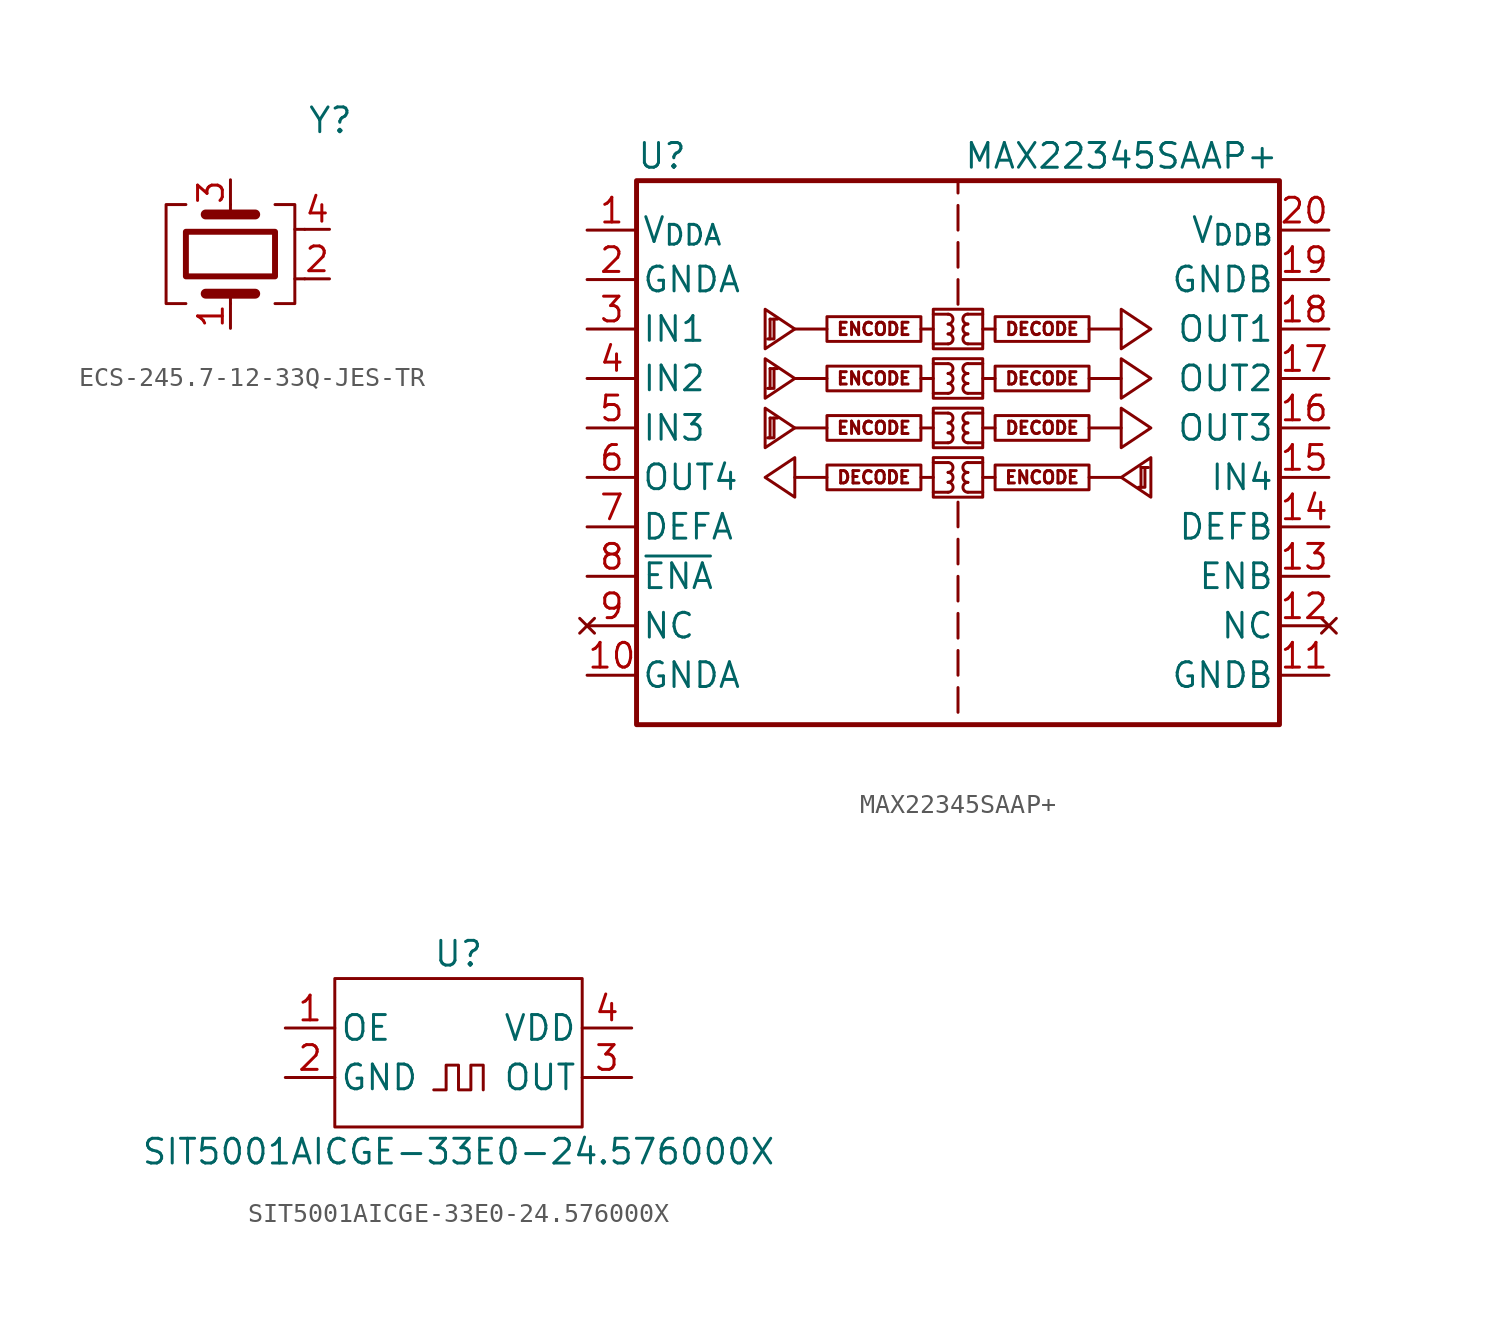
<source format=kicad_sym>
(kicad_symbol_lib
  (version 20211014)
  (generator kicad_symbol_editor)
  (symbol "ECS-245.7-12-33Q-JES-TR"
    (pin_names
      (offset 1.016) hide)
    (property "Reference" "Y"
      (at 3.937 6.858 0)
      (effects (font (size 1.27 1.27)) (justify left)))
    (symbol "ECS-245.7-12-33Q-JES-TR_0_1"
      (rectangle (start -2.286 1.143) (end 2.286 -1.143) (stroke (width 0.305) (type default) (color 0 0 0 0)) (fill (type none)))
      (polyline (pts (xy -1.27 -2.032) (xy 1.27 -2.032)) (stroke (width 0.508) (type default) (color 0 0 0 0)) (fill (type none)))
      (polyline (pts (xy -1.27 2.032) (xy 1.27 2.032)) (stroke (width 0.508) (type default) (color 0 0 0 0)) (fill (type none)))
      (polyline (pts (xy 0 -2.032) (xy 0 -2.54)) (stroke (width 0) (type default) (color 0 0 0 0)) (fill (type none)))
      (polyline (pts (xy 0 2.54) (xy 0 2.032)) (stroke (width 0) (type default) (color 0 0 0 0)) (fill (type none)))
      (polyline (pts (xy 3.81 -1.27) (xy 3.302 -1.27)) (stroke (width 0) (type default) (color 0 0 0 0)) (fill (type none)))
      (polyline (pts (xy 3.81 1.27) (xy 3.302 1.27)) (stroke (width 0) (type default) (color 0 0 0 0)) (fill (type none)))
      (polyline (pts (xy -2.286 2.54) (xy -3.302 2.54) (xy -3.302 -2.54) (xy -2.286 -2.54)) (stroke (width 0) (type default) (color 0 0 0 0)) (fill (type none)))
      (polyline (pts (xy 2.286 2.54) (xy 3.302 2.54) (xy 3.302 -2.54) (xy 2.286 -2.54)) (stroke (width 0) (type default) (color 0 0 0 0)) (fill (type none))))
    (symbol "ECS-245.7-12-33Q-JES-TR_1_1"
      (pin passive line (at 0 -3.81 90) (length 1.27) (name "1" (effects (font (size 1.27 1.27)))) (number "1" (effects (font (size 1.27 1.27)))))
      (pin passive line (at 5.08 -1.27 180) (length 1.27) (name "2" (effects (font (size 1.27 1.27)))) (number "2" (effects (font (size 1.27 1.27)))))
      (pin passive line (at 0 3.81 270) (length 1.27) (name "3" (effects (font (size 1.27 1.27)))) (number "3" (effects (font (size 1.27 1.27)))))
      (pin passive line (at 5.08 1.27 180) (length 1.27) (name "4" (effects (font (size 1.27 1.27)))) (number "4" (effects (font (size 1.27 1.27)))))))
  (symbol "MAX22345SAAP+"
    (pin_names
      (offset 0.254))
    (property "Reference" "U"
      (at 0 1.27 0)
      (effects (font (size 1.27 1.27)) (justify left)))
    (property "Value" "MAX22345SAAP+"
      (at 33.02 1.27 0)
      (effects (font (size 1.27 1.27)) (justify right)))
    (symbol "MAX22345SAAP+_1_0"
      (polyline (pts (xy 9.779 -15.24) (xy 8.128 -15.24)) (stroke (width 0) (type default) (color 0 0 0 0)) (fill (type none)))
      (polyline (pts (xy 9.779 -12.7) (xy 8.128 -12.7)) (stroke (width 0) (type default) (color 0 0 0 0)) (fill (type none)))
      (polyline (pts (xy 9.779 -10.16) (xy 8.128 -10.16)) (stroke (width 0) (type default) (color 0 0 0 0)) (fill (type none)))
      (polyline (pts (xy 9.779 -7.62) (xy 8.128 -7.62)) (stroke (width 0) (type default) (color 0 0 0 0)) (fill (type none)))
      (polyline (pts (xy 14.605 -15.24) (xy 15.24 -15.24)) (stroke (width 0) (type default) (color 0 0 0 0)) (fill (type none)))
      (polyline (pts (xy 14.605 -12.7) (xy 15.24 -12.7)) (stroke (width 0) (type default) (color 0 0 0 0)) (fill (type none)))
      (polyline (pts (xy 14.605 -10.16) (xy 15.24 -10.16)) (stroke (width 0) (type default) (color 0 0 0 0)) (fill (type none)))
      (polyline (pts (xy 14.605 -7.62) (xy 15.24 -7.62)) (stroke (width 0) (type default) (color 0 0 0 0)) (fill (type none)))
      (polyline (pts (xy 15.24 -16.002) (xy 16.002 -16.002)) (stroke (width 0) (type default) (color 0 0 0 0)) (fill (type none)))
      (polyline (pts (xy 15.24 -14.478) (xy 16.002 -14.478)) (stroke (width 0) (type default) (color 0 0 0 0)) (fill (type none)))
      (polyline (pts (xy 15.24 -13.462) (xy 16.002 -13.462)) (stroke (width 0) (type default) (color 0 0 0 0)) (fill (type none)))
      (polyline (pts (xy 15.24 -11.938) (xy 16.002 -11.938)) (stroke (width 0) (type default) (color 0 0 0 0)) (fill (type none)))
      (polyline (pts (xy 15.24 -10.922) (xy 16.002 -10.922)) (stroke (width 0) (type default) (color 0 0 0 0)) (fill (type none)))
      (polyline (pts (xy 15.24 -9.398) (xy 16.002 -9.398)) (stroke (width 0) (type default) (color 0 0 0 0)) (fill (type none)))
      (polyline (pts (xy 15.24 -8.382) (xy 16.002 -8.382)) (stroke (width 0) (type default) (color 0 0 0 0)) (fill (type none)))
      (polyline (pts (xy 15.24 -6.858) (xy 16.002 -6.858)) (stroke (width 0) (type default) (color 0 0 0 0)) (fill (type none)))
      (polyline (pts (xy 16.51 -26.035) (xy 16.51 -27.305)) (stroke (width 0) (type default) (color 0 0 0 0)) (fill (type none)))
      (polyline (pts (xy 16.51 -24.13) (xy 16.51 -25.4)) (stroke (width 0) (type default) (color 0 0 0 0)) (fill (type none)))
      (polyline (pts (xy 16.51 -23.495) (xy 16.51 -22.225)) (stroke (width 0) (type default) (color 0 0 0 0)) (fill (type none)))
      (polyline (pts (xy 16.51 -20.32) (xy 16.51 -21.59)) (stroke (width 0) (type default) (color 0 0 0 0)) (fill (type none)))
      (polyline (pts (xy 16.51 -18.415) (xy 16.51 -19.685)) (stroke (width 0) (type default) (color 0 0 0 0)) (fill (type none)))
      (polyline (pts (xy 16.51 -17.78) (xy 16.51 -16.51)) (stroke (width 0) (type default) (color 0 0 0 0)) (fill (type none)))
      (polyline (pts (xy 16.51 -5.08) (xy 16.51 -6.35)) (stroke (width 0) (type default) (color 0 0 0 0)) (fill (type none)))
      (polyline (pts (xy 16.51 -3.175) (xy 16.51 -4.445)) (stroke (width 0) (type default) (color 0 0 0 0)) (fill (type none)))
      (polyline (pts (xy 16.51 -2.54) (xy 16.51 -1.27)) (stroke (width 0) (type default) (color 0 0 0 0)) (fill (type none)))
      (polyline (pts (xy 16.51 0) (xy 16.51 -0.635)) (stroke (width 0) (type default) (color 0 0 0 0)) (fill (type none)))
      (polyline (pts (xy 17.78 -16.002) (xy 17.018 -16.002)) (stroke (width 0) (type default) (color 0 0 0 0)) (fill (type none)))
      (polyline (pts (xy 17.78 -14.478) (xy 17.018 -14.478)) (stroke (width 0) (type default) (color 0 0 0 0)) (fill (type none)))
      (polyline (pts (xy 17.78 -13.462) (xy 17.018 -13.462)) (stroke (width 0) (type default) (color 0 0 0 0)) (fill (type none)))
      (polyline (pts (xy 17.78 -11.938) (xy 17.018 -11.938)) (stroke (width 0) (type default) (color 0 0 0 0)) (fill (type none)))
      (polyline (pts (xy 17.78 -10.922) (xy 17.018 -10.922)) (stroke (width 0) (type default) (color 0 0 0 0)) (fill (type none)))
      (polyline (pts (xy 17.78 -9.398) (xy 17.018 -9.398)) (stroke (width 0) (type default) (color 0 0 0 0)) (fill (type none)))
      (polyline (pts (xy 17.78 -8.382) (xy 17.018 -8.382)) (stroke (width 0) (type default) (color 0 0 0 0)) (fill (type none)))
      (polyline (pts (xy 17.78 -6.858) (xy 17.018 -6.858)) (stroke (width 0) (type default) (color 0 0 0 0)) (fill (type none)))
      (polyline (pts (xy 18.415 -15.24) (xy 17.78 -15.24)) (stroke (width 0) (type default) (color 0 0 0 0)) (fill (type none)))
      (polyline (pts (xy 18.415 -12.7) (xy 17.78 -12.7)) (stroke (width 0) (type default) (color 0 0 0 0)) (fill (type none)))
      (polyline (pts (xy 18.415 -10.16) (xy 17.78 -10.16)) (stroke (width 0) (type default) (color 0 0 0 0)) (fill (type none)))
      (polyline (pts (xy 18.415 -7.62) (xy 17.78 -7.62)) (stroke (width 0) (type default) (color 0 0 0 0)) (fill (type none)))
      (polyline (pts (xy 24.892 -15.24) (xy 23.241 -15.24)) (stroke (width 0) (type default) (color 0 0 0 0)) (fill (type none)))
      (polyline (pts (xy 24.892 -12.7) (xy 23.241 -12.7)) (stroke (width 0) (type default) (color 0 0 0 0)) (fill (type none)))
      (polyline (pts (xy 24.892 -10.16) (xy 23.241 -10.16)) (stroke (width 0) (type default) (color 0 0 0 0)) (fill (type none)))
      (polyline (pts (xy 24.892 -7.62) (xy 23.241 -7.62)) (stroke (width 0) (type default) (color 0 0 0 0)) (fill (type none)))
      (rectangle (start 15.24 -14.224) (end 17.78 -16.256) (stroke (width 0) (type default) (color 0 0 0 0)) (fill (type none)))
      (rectangle (start 15.24 -11.684) (end 17.78 -13.716) (stroke (width 0) (type default) (color 0 0 0 0)) (fill (type none)))
      (rectangle (start 15.24 -9.144) (end 17.78 -11.176) (stroke (width 0) (type default) (color 0 0 0 0)) (fill (type none)))
      (rectangle (start 15.24 -6.604) (end 17.78 -8.636) (stroke (width 0) (type default) (color 0 0 0 0)) (fill (type none)))
      (arc (start 16.002 -16.002) (mid 16.256 -15.748) (end 16.002 -15.494) (stroke (width 0) (type default) (color 0 0 0 0)) (fill (type none)))
      (arc (start 16.002 -15.494) (mid 16.256 -15.24) (end 16.002 -14.986) (stroke (width 0) (type default) (color 0 0 0 0)) (fill (type none)))
      (arc (start 16.002 -14.986) (mid 16.256 -14.732) (end 16.002 -14.478) (stroke (width 0) (type default) (color 0 0 0 0)) (fill (type none)))
      (arc (start 16.002 -13.462) (mid 16.256 -13.208) (end 16.002 -12.954) (stroke (width 0) (type default) (color 0 0 0 0)) (fill (type none)))
      (arc (start 16.002 -12.954) (mid 16.256 -12.7) (end 16.002 -12.446) (stroke (width 0) (type default) (color 0 0 0 0)) (fill (type none)))
      (arc (start 16.002 -12.446) (mid 16.256 -12.192) (end 16.002 -11.938) (stroke (width 0) (type default) (color 0 0 0 0)) (fill (type none)))
      (arc (start 16.002 -10.922) (mid 16.256 -10.668) (end 16.002 -10.414) (stroke (width 0) (type default) (color 0 0 0 0)) (fill (type none)))
      (arc (start 16.002 -10.414) (mid 16.256 -10.16) (end 16.002 -9.906) (stroke (width 0) (type default) (color 0 0 0 0)) (fill (type none)))
      (arc (start 16.002 -9.906) (mid 16.256 -9.652) (end 16.002 -9.398) (stroke (width 0) (type default) (color 0 0 0 0)) (fill (type none)))
      (arc (start 16.002 -8.382) (mid 16.256 -8.128) (end 16.002 -7.874) (stroke (width 0) (type default) (color 0 0 0 0)) (fill (type none)))
      (arc (start 16.002 -7.874) (mid 16.256 -7.62) (end 16.002 -7.366) (stroke (width 0) (type default) (color 0 0 0 0)) (fill (type none)))
      (arc (start 16.002 -7.366) (mid 16.256 -7.112) (end 16.002 -6.858) (stroke (width 0) (type default) (color 0 0 0 0)) (fill (type none)))
      (arc (start 17.018 -15.494) (mid 16.764 -15.748) (end 17.018 -16.002) (stroke (width 0) (type default) (color 0 0 0 0)) (fill (type none)))
      (arc (start 17.018 -14.986) (mid 16.764 -15.24) (end 17.018 -15.494) (stroke (width 0) (type default) (color 0 0 0 0)) (fill (type none)))
      (arc (start 17.018 -14.478) (mid 16.764 -14.732) (end 17.018 -14.986) (stroke (width 0) (type default) (color 0 0 0 0)) (fill (type none)))
      (arc (start 17.018 -12.954) (mid 16.764 -13.208) (end 17.018 -13.462) (stroke (width 0) (type default) (color 0 0 0 0)) (fill (type none)))
      (arc (start 17.018 -12.446) (mid 16.764 -12.7) (end 17.018 -12.954) (stroke (width 0) (type default) (color 0 0 0 0)) (fill (type none)))
      (arc (start 17.018 -11.938) (mid 16.764 -12.192) (end 17.018 -12.446) (stroke (width 0) (type default) (color 0 0 0 0)) (fill (type none)))
      (arc (start 17.018 -10.414) (mid 16.764 -10.668) (end 17.018 -10.922) (stroke (width 0) (type default) (color 0 0 0 0)) (fill (type none)))
      (arc (start 17.018 -9.906) (mid 16.764 -10.16) (end 17.018 -10.414) (stroke (width 0) (type default) (color 0 0 0 0)) (fill (type none)))
      (arc (start 17.018 -9.398) (mid 16.764 -9.652) (end 17.018 -9.906) (stroke (width 0) (type default) (color 0 0 0 0)) (fill (type none)))
      (arc (start 17.018 -7.874) (mid 16.764 -8.128) (end 17.018 -8.382) (stroke (width 0) (type default) (color 0 0 0 0)) (fill (type none)))
      (arc (start 17.018 -7.366) (mid 16.764 -7.62) (end 17.018 -7.874) (stroke (width 0) (type default) (color 0 0 0 0)) (fill (type none)))
      (arc (start 17.018 -6.858) (mid 16.764 -7.112) (end 17.018 -7.366) (stroke (width 0) (type default) (color 0 0 0 0)) (fill (type none)))
      (rectangle (start 18.415 -14.605) (end 23.241 -15.875) (stroke (width 0) (type default) (color 0 0 0 0)) (fill (type none)))
      (rectangle (start 18.415 -12.065) (end 23.241 -13.335) (stroke (width 0) (type default) (color 0 0 0 0)) (fill (type none)))
      (rectangle (start 18.415 -9.525) (end 23.241 -10.795) (stroke (width 0) (type default) (color 0 0 0 0)) (fill (type none)))
      (rectangle (start 18.415 -6.985) (end 23.241 -8.255) (stroke (width 0) (type default) (color 0 0 0 0)) (fill (type none)))
      (text "DECODE" (at 12.192 -15.24 0) (effects (font (size 0.635 0.635))))
      (text "DECODE" (at 20.828 -12.7 0) (effects (font (size 0.635 0.635))))
      (text "DECODE" (at 20.828 -10.16 0) (effects (font (size 0.635 0.635))))
      (text "DECODE" (at 20.828 -7.62 0) (effects (font (size 0.635 0.635))))
      (text "ENCODE" (at 12.192 -12.7 0) (effects (font (size 0.635 0.635))))
      (text "ENCODE" (at 12.192 -10.16 0) (effects (font (size 0.635 0.635))))
      (text "ENCODE" (at 12.192 -7.62 0) (effects (font (size 0.635 0.635))))
      (text "ENCODE" (at 20.828 -15.24 0) (effects (font (size 0.635 0.635)))))
    (symbol "MAX22345SAAP+_1_1"
      (polyline (pts (xy 6.858 -12.192) (xy 7.239 -12.192)) (stroke (width 0) (type default) (color 0 0 0 0)) (fill (type none)))
      (polyline (pts (xy 6.858 -9.652) (xy 7.239 -9.652)) (stroke (width 0) (type default) (color 0 0 0 0)) (fill (type none)))
      (polyline (pts (xy 6.858 -7.112) (xy 7.239 -7.112)) (stroke (width 0) (type default) (color 0 0 0 0)) (fill (type none)))
      (polyline (pts (xy 25.908 -14.732) (xy 26.289 -14.732)) (stroke (width 0) (type default) (color 0 0 0 0)) (fill (type none)))
      (polyline (pts (xy 6.807 -13.208) (xy 7.061 -13.208) (xy 7.061 -12.192)) (stroke (width 0) (type default) (color 0 0 0 0)) (fill (type none)))
      (polyline (pts (xy 6.807 -10.668) (xy 7.061 -10.668) (xy 7.061 -9.652)) (stroke (width 0) (type default) (color 0 0 0 0)) (fill (type none)))
      (polyline (pts (xy 6.807 -8.128) (xy 7.061 -8.128) (xy 7.061 -7.112)) (stroke (width 0) (type default) (color 0 0 0 0)) (fill (type none)))
      (polyline (pts (xy 6.858 -12.192) (xy 6.858 -13.208) (xy 6.731 -13.208)) (stroke (width 0) (type default) (color 0 0 0 0)) (fill (type none)))
      (polyline (pts (xy 6.858 -9.652) (xy 6.858 -10.668) (xy 6.731 -10.668)) (stroke (width 0) (type default) (color 0 0 0 0)) (fill (type none)))
      (polyline (pts (xy 6.858 -7.112) (xy 6.858 -8.128) (xy 6.731 -8.128)) (stroke (width 0) (type default) (color 0 0 0 0)) (fill (type none)))
      (polyline (pts (xy 25.857 -15.748) (xy 26.111 -15.748) (xy 26.111 -14.732)) (stroke (width 0) (type default) (color 0 0 0 0)) (fill (type none)))
      (polyline (pts (xy 25.908 -14.732) (xy 25.908 -15.748) (xy 25.781 -15.748)) (stroke (width 0) (type default) (color 0 0 0 0)) (fill (type none)))
      (polyline (pts (xy 6.604 -15.24) (xy 8.128 -14.224) (xy 8.128 -16.256) (xy 6.604 -15.24)) (stroke (width 0) (type default) (color 0 0 0 0)) (fill (type none)))
      (polyline (pts (xy 8.128 -12.7) (xy 6.604 -11.684) (xy 6.604 -13.716) (xy 8.128 -12.7)) (stroke (width 0) (type default) (color 0 0 0 0)) (fill (type none)))
      (polyline (pts (xy 8.128 -10.16) (xy 6.604 -9.144) (xy 6.604 -11.176) (xy 8.128 -10.16)) (stroke (width 0) (type default) (color 0 0 0 0)) (fill (type none)))
      (polyline (pts (xy 8.128 -7.62) (xy 6.604 -6.604) (xy 6.604 -8.636) (xy 8.128 -7.62)) (stroke (width 0) (type default) (color 0 0 0 0)) (fill (type none)))
      (polyline (pts (xy 24.892 -15.24) (xy 26.416 -14.224) (xy 26.416 -16.256) (xy 24.892 -15.24)) (stroke (width 0) (type default) (color 0 0 0 0)) (fill (type none)))
      (polyline (pts (xy 26.416 -12.7) (xy 24.892 -11.684) (xy 24.892 -13.716) (xy 26.416 -12.7)) (stroke (width 0) (type default) (color 0 0 0 0)) (fill (type none)))
      (polyline (pts (xy 26.416 -10.16) (xy 24.892 -9.144) (xy 24.892 -11.176) (xy 26.416 -10.16)) (stroke (width 0) (type default) (color 0 0 0 0)) (fill (type none)))
      (polyline (pts (xy 26.416 -7.62) (xy 24.892 -6.604) (xy 24.892 -8.636) (xy 26.416 -7.62)) (stroke (width 0) (type default) (color 0 0 0 0)) (fill (type none)))
      (rectangle (start 0 0) (end 33.02 -27.94) (stroke (width 0.254) (type default) (color 0 0 0 0)) (fill (type none)))
      (rectangle (start 9.779 -14.605) (end 14.605 -15.875) (stroke (width 0) (type default) (color 0 0 0 0)) (fill (type none)))
      (rectangle (start 9.779 -12.065) (end 14.605 -13.335) (stroke (width 0) (type default) (color 0 0 0 0)) (fill (type none)))
      (rectangle (start 9.779 -9.525) (end 14.605 -10.795) (stroke (width 0) (type default) (color 0 0 0 0)) (fill (type none)))
      (rectangle (start 9.779 -6.985) (end 14.605 -8.255) (stroke (width 0) (type default) (color 0 0 0 0)) (fill (type none)))
      (pin power_in line (at -2.54 -2.54 0) (length 2.54) (name "V_{DDA}" (effects (font (size 1.27 1.27)))) (number "1" (effects (font (size 1.27 1.27)))))
      (pin power_in line (at -2.54 -25.4 0) (length 2.54) (name "GNDA" (effects (font (size 1.27 1.27)))) (number "10" (effects (font (size 1.27 1.27)))))
      (pin power_in line (at 35.56 -25.4 180) (length 2.54) (name "GNDB" (effects (font (size 1.27 1.27)))) (number "11" (effects (font (size 1.27 1.27)))))
      (pin no_connect line (at 35.56 -22.86 180) (length 2.54) (name "NC" (effects (font (size 1.27 1.27)))) (number "12" (effects (font (size 1.27 1.27)))))
      (pin input line (at 35.56 -20.32 180) (length 2.54) (name "ENB" (effects (font (size 1.27 1.27)))) (number "13" (effects (font (size 1.27 1.27)))))
      (pin input line (at 35.56 -17.78 180) (length 2.54) (name "DEFB" (effects (font (size 1.27 1.27)))) (number "14" (effects (font (size 1.27 1.27)))))
      (pin input line (at 35.56 -15.24 180) (length 2.54) (name "IN4" (effects (font (size 1.27 1.27)))) (number "15" (effects (font (size 1.27 1.27)))))
      (pin output line (at 35.56 -12.7 180) (length 2.54) (name "OUT3" (effects (font (size 1.27 1.27)))) (number "16" (effects (font (size 1.27 1.27)))))
      (pin output line (at 35.56 -10.16 180) (length 2.54) (name "OUT2" (effects (font (size 1.27 1.27)))) (number "17" (effects (font (size 1.27 1.27)))))
      (pin output line (at 35.56 -7.62 180) (length 2.54) (name "OUT1" (effects (font (size 1.27 1.27)))) (number "18" (effects (font (size 1.27 1.27)))))
      (pin power_in line (at 35.56 -5.08 180) (length 2.54) (name "GNDB" (effects (font (size 1.27 1.27)))) (number "19" (effects (font (size 1.27 1.27)))))
      (pin power_in line (at -2.54 -5.08 0) (length 2.54) (name "GNDA" (effects (font (size 1.27 1.27)))) (number "2" (effects (font (size 1.27 1.27)))))
      (pin power_in line (at 35.56 -2.54 180) (length 2.54) (name "V_{DDB}" (effects (font (size 1.27 1.27)))) (number "20" (effects (font (size 1.27 1.27)))))
      (pin input line (at -2.54 -7.62 0) (length 2.54) (name "IN1" (effects (font (size 1.27 1.27)))) (number "3" (effects (font (size 1.27 1.27)))))
      (pin input line (at -2.54 -10.16 0) (length 2.54) (name "IN2" (effects (font (size 1.27 1.27)))) (number "4" (effects (font (size 1.27 1.27)))))
      (pin input line (at -2.54 -12.7 0) (length 2.54) (name "IN3" (effects (font (size 1.27 1.27)))) (number "5" (effects (font (size 1.27 1.27)))))
      (pin output line (at -2.54 -15.24 0) (length 2.54) (name "OUT4" (effects (font (size 1.27 1.27)))) (number "6" (effects (font (size 1.27 1.27)))))
      (pin input line (at -2.54 -17.78 0) (length 2.54) (name "DEFA" (effects (font (size 1.27 1.27)))) (number "7" (effects (font (size 1.27 1.27)))))
      (pin input line (at -2.54 -20.32 0) (length 2.54) (name "~{ENA}" (effects (font (size 1.27 1.27)))) (number "8" (effects (font (size 1.27 1.27)))))
      (pin no_connect line (at -2.54 -22.86 0) (length 2.54) (name "NC" (effects (font (size 1.27 1.27)))) (number "9" (effects (font (size 1.27 1.27)))))))
  (symbol "SIT5001AICGE-33E0-24.576000X"
    (pin_names
      (offset 0.254))
    (property "Reference" "U"
      (at 6.35 1.27 0)
      (effects (font (size 1.27 1.27))))
    (property "Value" "SIT5001AICGE-33E0-24.576000X"
      (at 6.35 -8.89 0)
      (effects (font (size 1.27 1.27))))
    (symbol "SIT5001AICGE-33E0-24.576000X_0_1"
      (rectangle (start 0 0) (end 12.7 -7.62) (stroke (width 0) (type default) (color 0 0 0 0)) (fill (type none))))
    (symbol "SIT5001AICGE-33E0-24.576000X_1_1"
      (polyline (pts (xy 5.08 -5.715) (xy 5.715 -5.715) (xy 5.715 -4.445) (xy 6.35 -4.445) (xy 6.35 -5.715) (xy 6.985 -5.715) (xy 6.985 -4.445) (xy 7.62 -4.445) (xy 7.62 -5.715)) (stroke (width 0) (type default) (color 0 0 0 0)) (fill (type none)))
      (pin input line (at -2.54 -2.54 0) (length 2.54) (name "OE" (effects (font (size 1.27 1.27)))) (number "1" (effects (font (size 1.27 1.27)))))
      (pin power_in line (at -2.54 -5.08 0) (length 2.54) (name "GND" (effects (font (size 1.27 1.27)))) (number "2" (effects (font (size 1.27 1.27)))))
      (pin output line (at 15.24 -5.08 180) (length 2.54) (name "OUT" (effects (font (size 1.27 1.27)))) (number "3" (effects (font (size 1.27 1.27)))))
      (pin power_in line (at 15.24 -2.54 180) (length 2.54) (name "VDD" (effects (font (size 1.27 1.27)))) (number "4" (effects (font (size 1.27 1.27))))))))
</source>
